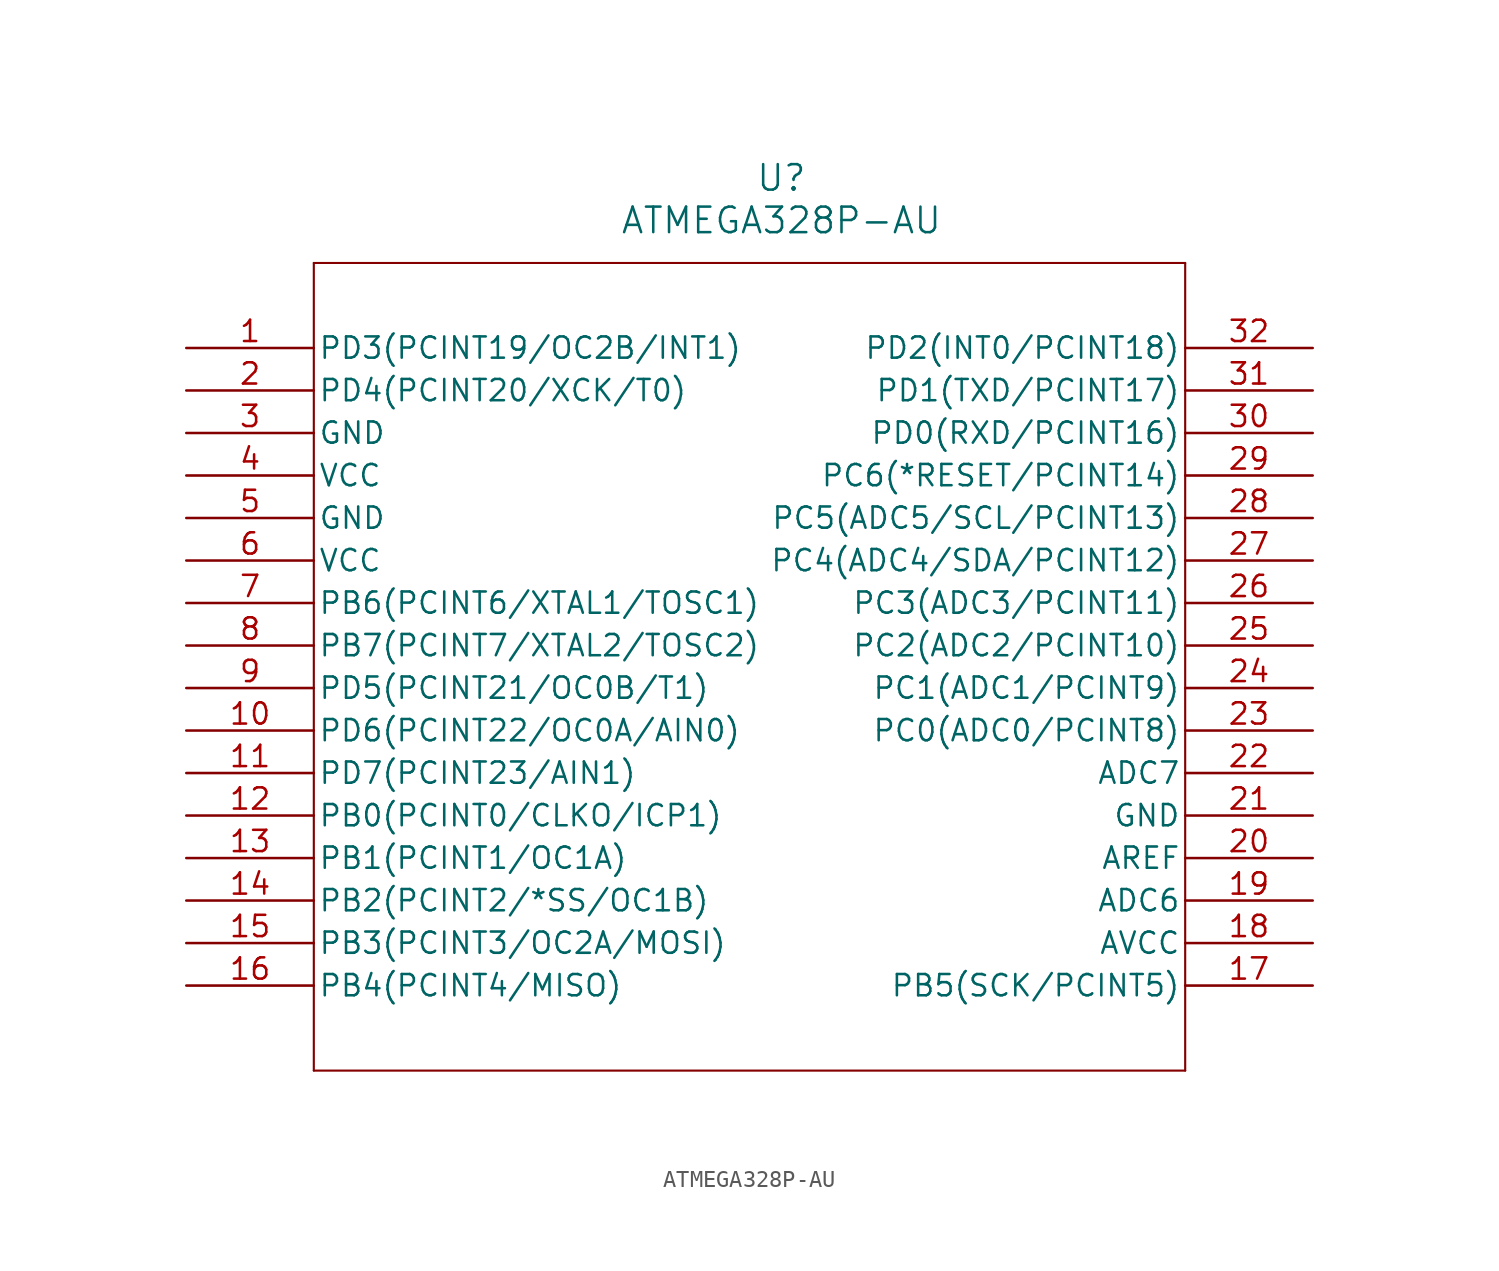
<source format=kicad_sym>
(kicad_symbol_lib
  (version 20241209)
  (generator "kicad_symbol_editor")
  (generator_version "9.0")
  (symbol "ATMEGA328P-AU"
    (pin_names
      (offset 0.254))
    (property "Reference" "U"
      (at 35.56 10.16 0)
      (effects (font (size 1.524 1.524))))
    (property "Value" "ATMEGA328P-AU"
      (at 35.56 7.62 0)
      (effects (font (size 1.524 1.524))))
    (property "ki_locked" ""
      (at 0 0 0)
      (effects (font (size 1.27 1.27))))
    (symbol "ATMEGA328P-AU_0_1"
      (polyline (pts (xy 7.62 5.08) (xy 7.62 -43.18)) (stroke (width 0.127) (type default)) (fill (type none)))
      (polyline (pts (xy 7.62 -43.18) (xy 59.69 -43.18)) (stroke (width 0.127) (type default)) (fill (type none)))
      (polyline (pts (xy 59.69 5.08) (xy 7.62 5.08)) (stroke (width 0.127) (type default)) (fill (type none)))
      (polyline (pts (xy 59.69 -43.18) (xy 59.69 5.08)) (stroke (width 0.127) (type default)) (fill (type none)))
      (pin bidirectional line (at 0 0 0) (length 7.62) (name "PD3(PCINT19/OC2B/INT1)" (effects (font (size 1.27 1.27)))) (number "1" (effects (font (size 1.27 1.27)))))
      (pin bidirectional line (at 0 -2.54 0) (length 7.62) (name "PD4(PCINT20/XCK/T0)" (effects (font (size 1.27 1.27)))) (number "2" (effects (font (size 1.27 1.27)))))
      (pin power_in line (at 0 -7.62 0) (length 7.62) (name "VCC" (effects (font (size 1.27 1.27)))) (number "4" (effects (font (size 1.27 1.27)))))
      (pin power_in line (at 0 -12.7 0) (length 7.62) (name "VCC" (effects (font (size 1.27 1.27)))) (number "6" (effects (font (size 1.27 1.27)))))
      (pin bidirectional line (at 0 -15.24 0) (length 7.62) (name "PB6(PCINT6/XTAL1/TOSC1)" (effects (font (size 1.27 1.27)))) (number "7" (effects (font (size 1.27 1.27)))))
      (pin bidirectional line (at 0 -17.78 0) (length 7.62) (name "PB7(PCINT7/XTAL2/TOSC2)" (effects (font (size 1.27 1.27)))) (number "8" (effects (font (size 1.27 1.27)))))
      (pin bidirectional line (at 0 -20.32 0) (length 7.62) (name "PD5(PCINT21/OC0B/T1)" (effects (font (size 1.27 1.27)))) (number "9" (effects (font (size 1.27 1.27)))))
      (pin bidirectional line (at 0 -22.86 0) (length 7.62) (name "PD6(PCINT22/OC0A/AIN0)" (effects (font (size 1.27 1.27)))) (number "10" (effects (font (size 1.27 1.27)))))
      (pin input line (at 0 -25.4 0) (length 7.62) (name "PD7(PCINT23/AIN1)" (effects (font (size 1.27 1.27)))) (number "11" (effects (font (size 1.27 1.27)))))
      (pin bidirectional line (at 0 -27.94 0) (length 7.62) (name "PB0(PCINT0/CLKO/ICP1)" (effects (font (size 1.27 1.27)))) (number "12" (effects (font (size 1.27 1.27)))))
      (pin bidirectional line (at 0 -30.48 0) (length 7.62) (name "PB1(PCINT1/OC1A)" (effects (font (size 1.27 1.27)))) (number "13" (effects (font (size 1.27 1.27)))))
      (pin bidirectional line (at 0 -33.02 0) (length 7.62) (name "PB2(PCINT2/*SS/OC1B)" (effects (font (size 1.27 1.27)))) (number "14" (effects (font (size 1.27 1.27)))))
      (pin bidirectional line (at 0 -35.56 0) (length 7.62) (name "PB3(PCINT3/OC2A/MOSI)" (effects (font (size 1.27 1.27)))) (number "15" (effects (font (size 1.27 1.27)))))
      (pin bidirectional line (at 0 -38.1 0) (length 7.62) (name "PB4(PCINT4/MISO)" (effects (font (size 1.27 1.27)))) (number "16" (effects (font (size 1.27 1.27)))))
      (pin bidirectional line (at 67.31 0 180) (length 7.62) (name "PD2(INT0/PCINT18)" (effects (font (size 1.27 1.27)))) (number "32" (effects (font (size 1.27 1.27)))))
      (pin bidirectional line (at 67.31 -2.54 180) (length 7.62) (name "PD1(TXD/PCINT17)" (effects (font (size 1.27 1.27)))) (number "31" (effects (font (size 1.27 1.27)))))
      (pin bidirectional line (at 67.31 -5.08 180) (length 7.62) (name "PD0(RXD/PCINT16)" (effects (font (size 1.27 1.27)))) (number "30" (effects (font (size 1.27 1.27)))))
      (pin bidirectional line (at 67.31 -7.62 180) (length 7.62) (name "PC6(*RESET/PCINT14)" (effects (font (size 1.27 1.27)))) (number "29" (effects (font (size 1.27 1.27)))))
      (pin bidirectional line (at 67.31 -10.16 180) (length 7.62) (name "PC5(ADC5/SCL/PCINT13)" (effects (font (size 1.27 1.27)))) (number "28" (effects (font (size 1.27 1.27)))))
      (pin bidirectional line (at 67.31 -12.7 180) (length 7.62) (name "PC4(ADC4/SDA/PCINT12)" (effects (font (size 1.27 1.27)))) (number "27" (effects (font (size 1.27 1.27)))))
      (pin bidirectional line (at 67.31 -15.24 180) (length 7.62) (name "PC3(ADC3/PCINT11)" (effects (font (size 1.27 1.27)))) (number "26" (effects (font (size 1.27 1.27)))))
      (pin bidirectional line (at 67.31 -17.78 180) (length 7.62) (name "PC2(ADC2/PCINT10)" (effects (font (size 1.27 1.27)))) (number "25" (effects (font (size 1.27 1.27)))))
      (pin bidirectional line (at 67.31 -20.32 180) (length 7.62) (name "PC1(ADC1/PCINT9)" (effects (font (size 1.27 1.27)))) (number "24" (effects (font (size 1.27 1.27)))))
      (pin bidirectional line (at 67.31 -22.86 180) (length 7.62) (name "PC0(ADC0/PCINT8)" (effects (font (size 1.27 1.27)))) (number "23" (effects (font (size 1.27 1.27)))))
      (pin unspecified line (at 67.31 -25.4 180) (length 7.62) (name "ADC7" (effects (font (size 1.27 1.27)))) (number "22" (effects (font (size 1.27 1.27)))))
      (pin power_in line (at 67.31 -30.48 180) (length 7.62) (name "AREF" (effects (font (size 1.27 1.27)))) (number "20" (effects (font (size 1.27 1.27)))))
      (pin unspecified line (at 67.31 -33.02 180) (length 7.62) (name "ADC6" (effects (font (size 1.27 1.27)))) (number "19" (effects (font (size 1.27 1.27)))))
      (pin power_in line (at 67.31 -35.56 180) (length 7.62) (name "AVCC" (effects (font (size 1.27 1.27)))) (number "18" (effects (font (size 1.27 1.27)))))
      (pin bidirectional line (at 67.31 -38.1 180) (length 7.62) (name "PB5(SCK/PCINT5)" (effects (font (size 1.27 1.27)))) (number "17" (effects (font (size 1.27 1.27))))))
    (symbol "ATMEGA328P-AU_1_1"
      (pin passive line (at 0 -5.08 0) (length 7.62) (name "GND" (effects (font (size 1.27 1.27)))) (number "3" (effects (font (size 1.27 1.27)))))
      (pin passive line (at 0 -10.16 0) (length 7.62) (name "GND" (effects (font (size 1.27 1.27)))) (number "5" (effects (font (size 1.27 1.27)))))
      (pin passive line (at 67.31 -27.94 180) (length 7.62) (name "GND" (effects (font (size 1.27 1.27)))) (number "21" (effects (font (size 1.27 1.27))))))))
</source>
